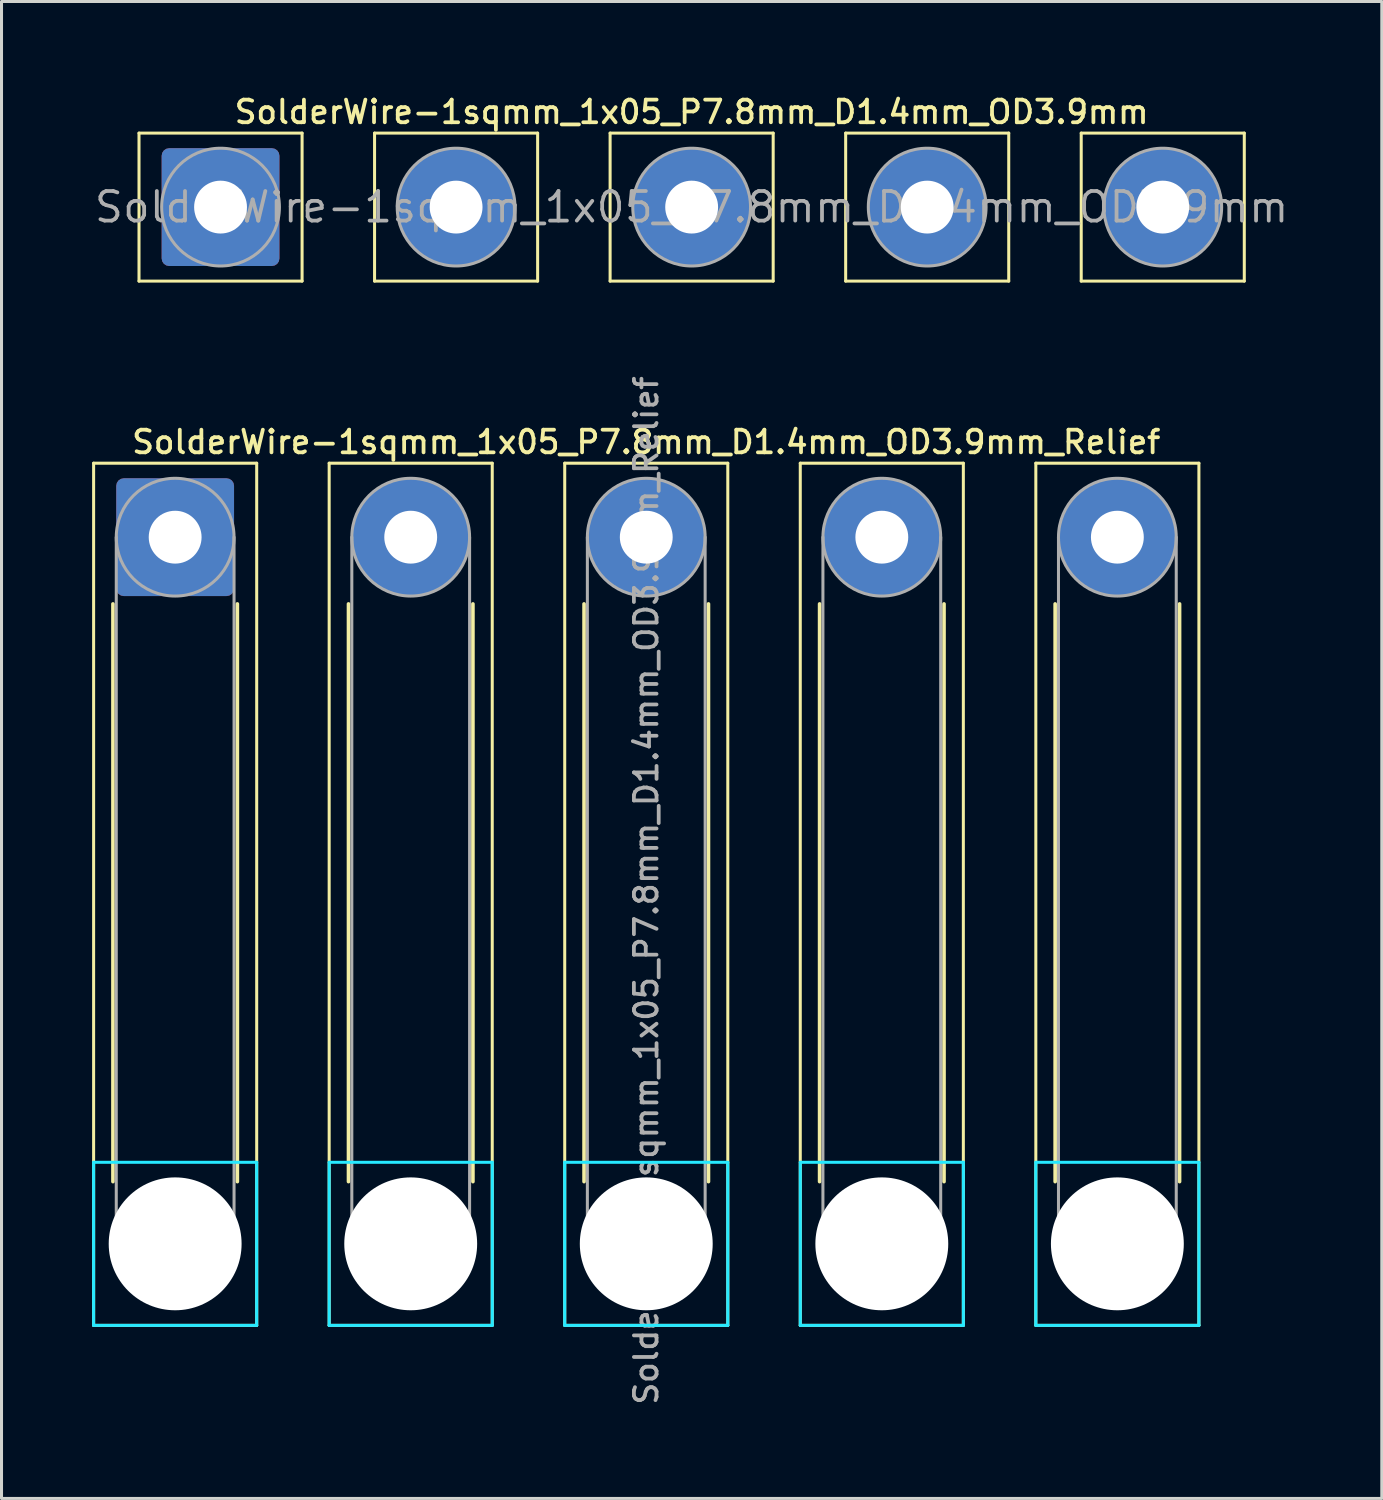
<source format=kicad_pcb>
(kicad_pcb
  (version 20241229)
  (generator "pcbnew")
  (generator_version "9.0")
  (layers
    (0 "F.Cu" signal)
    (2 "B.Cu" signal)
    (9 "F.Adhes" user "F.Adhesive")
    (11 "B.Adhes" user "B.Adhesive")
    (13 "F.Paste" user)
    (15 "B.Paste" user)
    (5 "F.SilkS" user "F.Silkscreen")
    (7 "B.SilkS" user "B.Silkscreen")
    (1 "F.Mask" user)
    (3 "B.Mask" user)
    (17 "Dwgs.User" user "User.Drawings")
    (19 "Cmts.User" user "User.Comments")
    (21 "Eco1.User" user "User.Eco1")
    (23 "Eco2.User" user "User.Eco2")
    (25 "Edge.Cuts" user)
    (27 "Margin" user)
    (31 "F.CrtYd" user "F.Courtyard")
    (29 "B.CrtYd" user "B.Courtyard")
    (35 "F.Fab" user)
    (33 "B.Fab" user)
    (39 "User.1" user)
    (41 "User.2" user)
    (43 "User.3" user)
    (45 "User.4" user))
  (footprint "SolderWire-1sqmm_1x05_P7.8mm_D1.4mm_OD3.9mm"
    (layer "F.Cu")
    (at 4.253 3.808)
    (property "Reference" "SolderWire-1sqmm_1x05_P7.8mm_D1.4mm_OD3.9mm" (at 15.6 -3.15 0) (layer "F.SilkS") (effects (font (size 0.75 0.75) (thickness 0.125))))
    (attr exclude_from_pos_files exclude_from_bom)
    (fp_line (start -2.7 -2.45) (end -2.7 2.45) (stroke (width 0.1) (type solid)) (layer "F.SilkS"))
    (fp_line (start -2.7 2.45) (end 2.7 2.45) (stroke (width 0.1) (type solid)) (layer "F.SilkS"))
    (fp_line (start 2.7 -2.45) (end -2.7 -2.45) (stroke (width 0.1) (type solid)) (layer "F.SilkS"))
    (fp_line (start 2.7 2.45) (end 2.7 -2.45) (stroke (width 0.1) (type solid)) (layer "F.SilkS"))
    (fp_line (start 5.1 -2.45) (end 5.1 2.45) (stroke (width 0.1) (type solid)) (layer "F.SilkS"))
    (fp_line (start 5.1 2.45) (end 10.5 2.45) (stroke (width 0.1) (type solid)) (layer "F.SilkS"))
    (fp_line (start 10.5 -2.45) (end 5.1 -2.45) (stroke (width 0.1) (type solid)) (layer "F.SilkS"))
    (fp_line (start 10.5 2.45) (end 10.5 -2.45) (stroke (width 0.1) (type solid)) (layer "F.SilkS"))
    (fp_line (start 12.9 -2.45) (end 12.9 2.45) (stroke (width 0.1) (type solid)) (layer "F.SilkS"))
    (fp_line (start 12.9 2.45) (end 18.3 2.45) (stroke (width 0.1) (type solid)) (layer "F.SilkS"))
    (fp_line (start 18.3 -2.45) (end 12.9 -2.45) (stroke (width 0.1) (type solid)) (layer "F.SilkS"))
    (fp_line (start 18.3 2.45) (end 18.3 -2.45) (stroke (width 0.1) (type solid)) (layer "F.SilkS"))
    (fp_line (start 20.7 -2.45) (end 20.7 2.45) (stroke (width 0.1) (type solid)) (layer "F.SilkS"))
    (fp_line (start 20.7 2.45) (end 26.1 2.45) (stroke (width 0.1) (type solid)) (layer "F.SilkS"))
    (fp_line (start 26.1 -2.45) (end 20.7 -2.45) (stroke (width 0.1) (type solid)) (layer "F.SilkS"))
    (fp_line (start 26.1 2.45) (end 26.1 -2.45) (stroke (width 0.1) (type solid)) (layer "F.SilkS"))
    (fp_line (start 28.5 -2.45) (end 28.5 2.45) (stroke (width 0.1) (type solid)) (layer "F.SilkS"))
    (fp_line (start 28.5 2.45) (end 33.9 2.45) (stroke (width 0.1) (type solid)) (layer "F.SilkS"))
    (fp_line (start 33.9 -2.45) (end 28.5 -2.45) (stroke (width 0.1) (type solid)) (layer "F.SilkS"))
    (fp_line (start 33.9 2.45) (end 33.9 -2.45) (stroke (width 0.1) (type solid)) (layer "F.SilkS"))
    (fp_circle (center 0 0) (end 1.95 0) (stroke (width 0.1) (type solid)) (fill no) (layer "F.Fab"))
    (fp_circle (center 7.8 0) (end 9.75 0) (stroke (width 0.1) (type solid)) (fill no) (layer "F.Fab"))
    (fp_circle (center 15.6 0) (end 17.55 0) (stroke (width 0.1) (type solid)) (fill no) (layer "F.Fab"))
    (fp_circle (center 23.4 0) (end 25.35 0) (stroke (width 0.1) (type solid)) (fill no) (layer "F.Fab"))
    (fp_circle (center 31.2 0) (end 33.15 0) (stroke (width 0.1) (type solid)) (fill no) (layer "F.Fab"))
    (fp_text user "${REFERENCE}" (at 15.6 0 0) (layer "F.Fab") (effects (font (size 0.98 0.98) (thickness 0.125))))
    (pad "1" thru_hole roundrect (at 0 0) (size 3.9 3.9) (drill 1.75) (layers "*.Cu" "*.Mask") (roundrect_rratio 0.064))
    (pad "2" thru_hole circle (at 7.8 0) (size 3.9 3.9) (drill 1.75) (layers "*.Cu" "*.Mask"))
    (pad "3" thru_hole circle (at 15.6 0) (size 3.9 3.9) (drill 1.75) (layers "*.Cu" "*.Mask"))
    (pad "4" thru_hole circle (at 23.4 0) (size 3.9 3.9) (drill 1.75) (layers "*.Cu" "*.Mask"))
    (pad "5" thru_hole circle (at 31.2 0) (size 3.9 3.9) (drill 1.75) (layers "*.Cu" "*.Mask")))
  (footprint "SolderWire-1sqmm_1x05_P7.8mm_D1.4mm_OD3.9mm_Relief"
    (layer "F.Cu")
    (at 2.75 14.738)
    (property "Reference" "SolderWire-1sqmm_1x05_P7.8mm_D1.4mm_OD3.9mm_Relief" (at 15.6 -3.15 0) (layer "F.SilkS") (effects (font (size 0.75 0.75) (thickness 0.125))))
    (attr exclude_from_pos_files exclude_from_bom)
    (fp_line (start -2.7 -2.45) (end -2.7 26.1) (stroke (width 0.1) (type solid)) (layer "F.SilkS"))
    (fp_line (start -2.7 26.1) (end 2.7 26.1) (stroke (width 0.1) (type solid)) (layer "F.SilkS"))
    (fp_line (start -2.06 2.21) (end -2.06 21.34) (stroke (width 0.12) (type solid)) (layer "F.SilkS"))
    (fp_line (start 2.06 2.21) (end 2.06 21.34) (stroke (width 0.12) (type solid)) (layer "F.SilkS"))
    (fp_line (start 2.7 -2.45) (end -2.7 -2.45) (stroke (width 0.1) (type solid)) (layer "F.SilkS"))
    (fp_line (start 2.7 26.1) (end 2.7 -2.45) (stroke (width 0.1) (type solid)) (layer "F.SilkS"))
    (fp_line (start 5.1 -2.45) (end 5.1 26.1) (stroke (width 0.1) (type solid)) (layer "F.SilkS"))
    (fp_line (start 5.1 26.1) (end 10.5 26.1) (stroke (width 0.1) (type solid)) (layer "F.SilkS"))
    (fp_line (start 5.74 2.21) (end 5.74 21.34) (stroke (width 0.12) (type solid)) (layer "F.SilkS"))
    (fp_line (start 9.86 2.21) (end 9.86 21.34) (stroke (width 0.12) (type solid)) (layer "F.SilkS"))
    (fp_line (start 10.5 -2.45) (end 5.1 -2.45) (stroke (width 0.1) (type solid)) (layer "F.SilkS"))
    (fp_line (start 10.5 26.1) (end 10.5 -2.45) (stroke (width 0.1) (type solid)) (layer "F.SilkS"))
    (fp_line (start 12.9 -2.45) (end 12.9 26.1) (stroke (width 0.1) (type solid)) (layer "F.SilkS"))
    (fp_line (start 12.9 26.1) (end 18.3 26.1) (stroke (width 0.1) (type solid)) (layer "F.SilkS"))
    (fp_line (start 13.54 2.21) (end 13.54 21.34) (stroke (width 0.12) (type solid)) (layer "F.SilkS"))
    (fp_line (start 17.66 2.21) (end 17.66 21.34) (stroke (width 0.12) (type solid)) (layer "F.SilkS"))
    (fp_line (start 18.3 -2.45) (end 12.9 -2.45) (stroke (width 0.1) (type solid)) (layer "F.SilkS"))
    (fp_line (start 18.3 26.1) (end 18.3 -2.45) (stroke (width 0.1) (type solid)) (layer "F.SilkS"))
    (fp_line (start 20.7 -2.45) (end 20.7 26.1) (stroke (width 0.1) (type solid)) (layer "F.SilkS"))
    (fp_line (start 20.7 26.1) (end 26.1 26.1) (stroke (width 0.1) (type solid)) (layer "F.SilkS"))
    (fp_line (start 21.34 2.21) (end 21.34 21.34) (stroke (width 0.12) (type solid)) (layer "F.SilkS"))
    (fp_line (start 25.46 2.21) (end 25.46 21.34) (stroke (width 0.12) (type solid)) (layer "F.SilkS"))
    (fp_line (start 26.1 -2.45) (end 20.7 -2.45) (stroke (width 0.1) (type solid)) (layer "F.SilkS"))
    (fp_line (start 26.1 26.1) (end 26.1 -2.45) (stroke (width 0.1) (type solid)) (layer "F.SilkS"))
    (fp_line (start 28.5 -2.45) (end 28.5 26.1) (stroke (width 0.1) (type solid)) (layer "F.SilkS"))
    (fp_line (start 28.5 26.1) (end 33.9 26.1) (stroke (width 0.1) (type solid)) (layer "F.SilkS"))
    (fp_line (start 29.14 2.21) (end 29.14 21.34) (stroke (width 0.12) (type solid)) (layer "F.SilkS"))
    (fp_line (start 33.26 2.21) (end 33.26 21.34) (stroke (width 0.12) (type solid)) (layer "F.SilkS"))
    (fp_line (start 33.9 -2.45) (end 28.5 -2.45) (stroke (width 0.1) (type solid)) (layer "F.SilkS"))
    (fp_line (start 33.9 26.1) (end 33.9 -2.45) (stroke (width 0.1) (type solid)) (layer "F.SilkS"))
    (fp_line (start -2.7 20.7) (end -2.7 26.1) (stroke (width 0.1) (type solid)) (layer "B.CrtYd"))
    (fp_line (start -2.7 26.1) (end 2.7 26.1) (stroke (width 0.1) (type solid)) (layer "B.CrtYd"))
    (fp_line (start 2.7 20.7) (end -2.7 20.7) (stroke (width 0.1) (type solid)) (layer "B.CrtYd"))
    (fp_line (start 2.7 26.1) (end 2.7 20.7) (stroke (width 0.1) (type solid)) (layer "B.CrtYd"))
    (fp_line (start 5.1 20.7) (end 5.1 26.1) (stroke (width 0.1) (type solid)) (layer "B.CrtYd"))
    (fp_line (start 5.1 26.1) (end 10.5 26.1) (stroke (width 0.1) (type solid)) (layer "B.CrtYd"))
    (fp_line (start 10.5 20.7) (end 5.1 20.7) (stroke (width 0.1) (type solid)) (layer "B.CrtYd"))
    (fp_line (start 10.5 26.1) (end 10.5 20.7) (stroke (width 0.1) (type solid)) (layer "B.CrtYd"))
    (fp_line (start 12.9 20.7) (end 12.9 26.1) (stroke (width 0.1) (type solid)) (layer "B.CrtYd"))
    (fp_line (start 12.9 26.1) (end 18.3 26.1) (stroke (width 0.1) (type solid)) (layer "B.CrtYd"))
    (fp_line (start 18.3 20.7) (end 12.9 20.7) (stroke (width 0.1) (type solid)) (layer "B.CrtYd"))
    (fp_line (start 18.3 26.1) (end 18.3 20.7) (stroke (width 0.1) (type solid)) (layer "B.CrtYd"))
    (fp_line (start 20.7 20.7) (end 20.7 26.1) (stroke (width 0.1) (type solid)) (layer "B.CrtYd"))
    (fp_line (start 20.7 26.1) (end 26.1 26.1) (stroke (width 0.1) (type solid)) (layer "B.CrtYd"))
    (fp_line (start 26.1 20.7) (end 20.7 20.7) (stroke (width 0.1) (type solid)) (layer "B.CrtYd"))
    (fp_line (start 26.1 26.1) (end 26.1 20.7) (stroke (width 0.1) (type solid)) (layer "B.CrtYd"))
    (fp_line (start 28.5 20.7) (end 28.5 26.1) (stroke (width 0.1) (type solid)) (layer "B.CrtYd"))
    (fp_line (start 28.5 26.1) (end 33.9 26.1) (stroke (width 0.1) (type solid)) (layer "B.CrtYd"))
    (fp_line (start 33.9 20.7) (end 28.5 20.7) (stroke (width 0.1) (type solid)) (layer "B.CrtYd"))
    (fp_line (start 33.9 26.1) (end 33.9 20.7) (stroke (width 0.1) (type solid)) (layer "B.CrtYd"))
    (fp_line (start -1.95 0) (end -1.95 23.4) (stroke (width 0.1) (type solid)) (layer "F.Fab"))
    (fp_line (start 1.95 0) (end 1.95 23.4) (stroke (width 0.1) (type solid)) (layer "F.Fab"))
    (fp_line (start 5.85 0) (end 5.85 23.4) (stroke (width 0.1) (type solid)) (layer "F.Fab"))
    (fp_line (start 9.75 0) (end 9.75 23.4) (stroke (width 0.1) (type solid)) (layer "F.Fab"))
    (fp_line (start 13.65 0) (end 13.65 23.4) (stroke (width 0.1) (type solid)) (layer "F.Fab"))
    (fp_line (start 17.55 0) (end 17.55 23.4) (stroke (width 0.1) (type solid)) (layer "F.Fab"))
    (fp_line (start 21.45 0) (end 21.45 23.4) (stroke (width 0.1) (type solid)) (layer "F.Fab"))
    (fp_line (start 25.35 0) (end 25.35 23.4) (stroke (width 0.1) (type solid)) (layer "F.Fab"))
    (fp_line (start 29.25 0) (end 29.25 23.4) (stroke (width 0.1) (type solid)) (layer "F.Fab"))
    (fp_line (start 33.15 0) (end 33.15 23.4) (stroke (width 0.1) (type solid)) (layer "F.Fab"))
    (fp_circle (center 0 0) (end 1.95 0) (stroke (width 0.1) (type solid)) (fill no) (layer "F.Fab"))
    (fp_circle (center 0 23.4) (end 1.95 23.4) (stroke (width 0.1) (type solid)) (fill no) (layer "F.Fab"))
    (fp_circle (center 7.8 0) (end 9.75 0) (stroke (width 0.1) (type solid)) (fill no) (layer "F.Fab"))
    (fp_circle (center 7.8 23.4) (end 9.75 23.4) (stroke (width 0.1) (type solid)) (fill no) (layer "F.Fab"))
    (fp_circle (center 15.6 0) (end 17.55 0) (stroke (width 0.1) (type solid)) (fill no) (layer "F.Fab"))
    (fp_circle (center 15.6 23.4) (end 17.55 23.4) (stroke (width 0.1) (type solid)) (fill no) (layer "F.Fab"))
    (fp_circle (center 23.4 0) (end 25.35 0) (stroke (width 0.1) (type solid)) (fill no) (layer "F.Fab"))
    (fp_circle (center 23.4 23.4) (end 25.35 23.4) (stroke (width 0.1) (type solid)) (fill no) (layer "F.Fab"))
    (fp_circle (center 31.2 0) (end 33.15 0) (stroke (width 0.1) (type solid)) (fill no) (layer "F.Fab"))
    (fp_circle (center 31.2 23.4) (end 33.15 23.4) (stroke (width 0.1) (type solid)) (fill no) (layer "F.Fab"))
    (fp_text user "${REFERENCE}" (at 15.6 11.7 90) (layer "F.Fab") (effects (font (size 0.75 0.75) (thickness 0.125))))
    (pad "" np_thru_hole circle (at 0 23.4) (size 4.4 4.4) (drill 4.4) (layers "*.Cu" "*.Mask"))
    (pad "" np_thru_hole circle (at 7.8 23.4) (size 4.4 4.4) (drill 4.4) (layers "*.Cu" "*.Mask"))
    (pad "" np_thru_hole circle (at 15.6 23.4) (size 4.4 4.4) (drill 4.4) (layers "*.Cu" "*.Mask"))
    (pad "" np_thru_hole circle (at 23.4 23.4) (size 4.4 4.4) (drill 4.4) (layers "*.Cu" "*.Mask"))
    (pad "" np_thru_hole circle (at 31.2 23.4) (size 4.4 4.4) (drill 4.4) (layers "*.Cu" "*.Mask"))
    (pad "1" thru_hole roundrect (at 0 0) (size 3.9 3.9) (drill 1.75) (layers "*.Cu" "*.Mask") (roundrect_rratio 0.064))
    (pad "2" thru_hole circle (at 7.8 0) (size 3.9 3.9) (drill 1.75) (layers "*.Cu" "*.Mask"))
    (pad "3" thru_hole circle (at 15.6 0) (size 3.9 3.9) (drill 1.75) (layers "*.Cu" "*.Mask"))
    (pad "4" thru_hole circle (at 23.4 0) (size 3.9 3.9) (drill 1.75) (layers "*.Cu" "*.Mask"))
    (pad "5" thru_hole circle (at 31.2 0) (size 3.9 3.9) (drill 1.75) (layers "*.Cu" "*.Mask")))
  (gr_rect
    (start -3 -3)
    (end 42.706 46.569)
    (stroke (width 0.1) (type default))
    (fill no)
    (layer "Edge.Cuts")))
</source>
